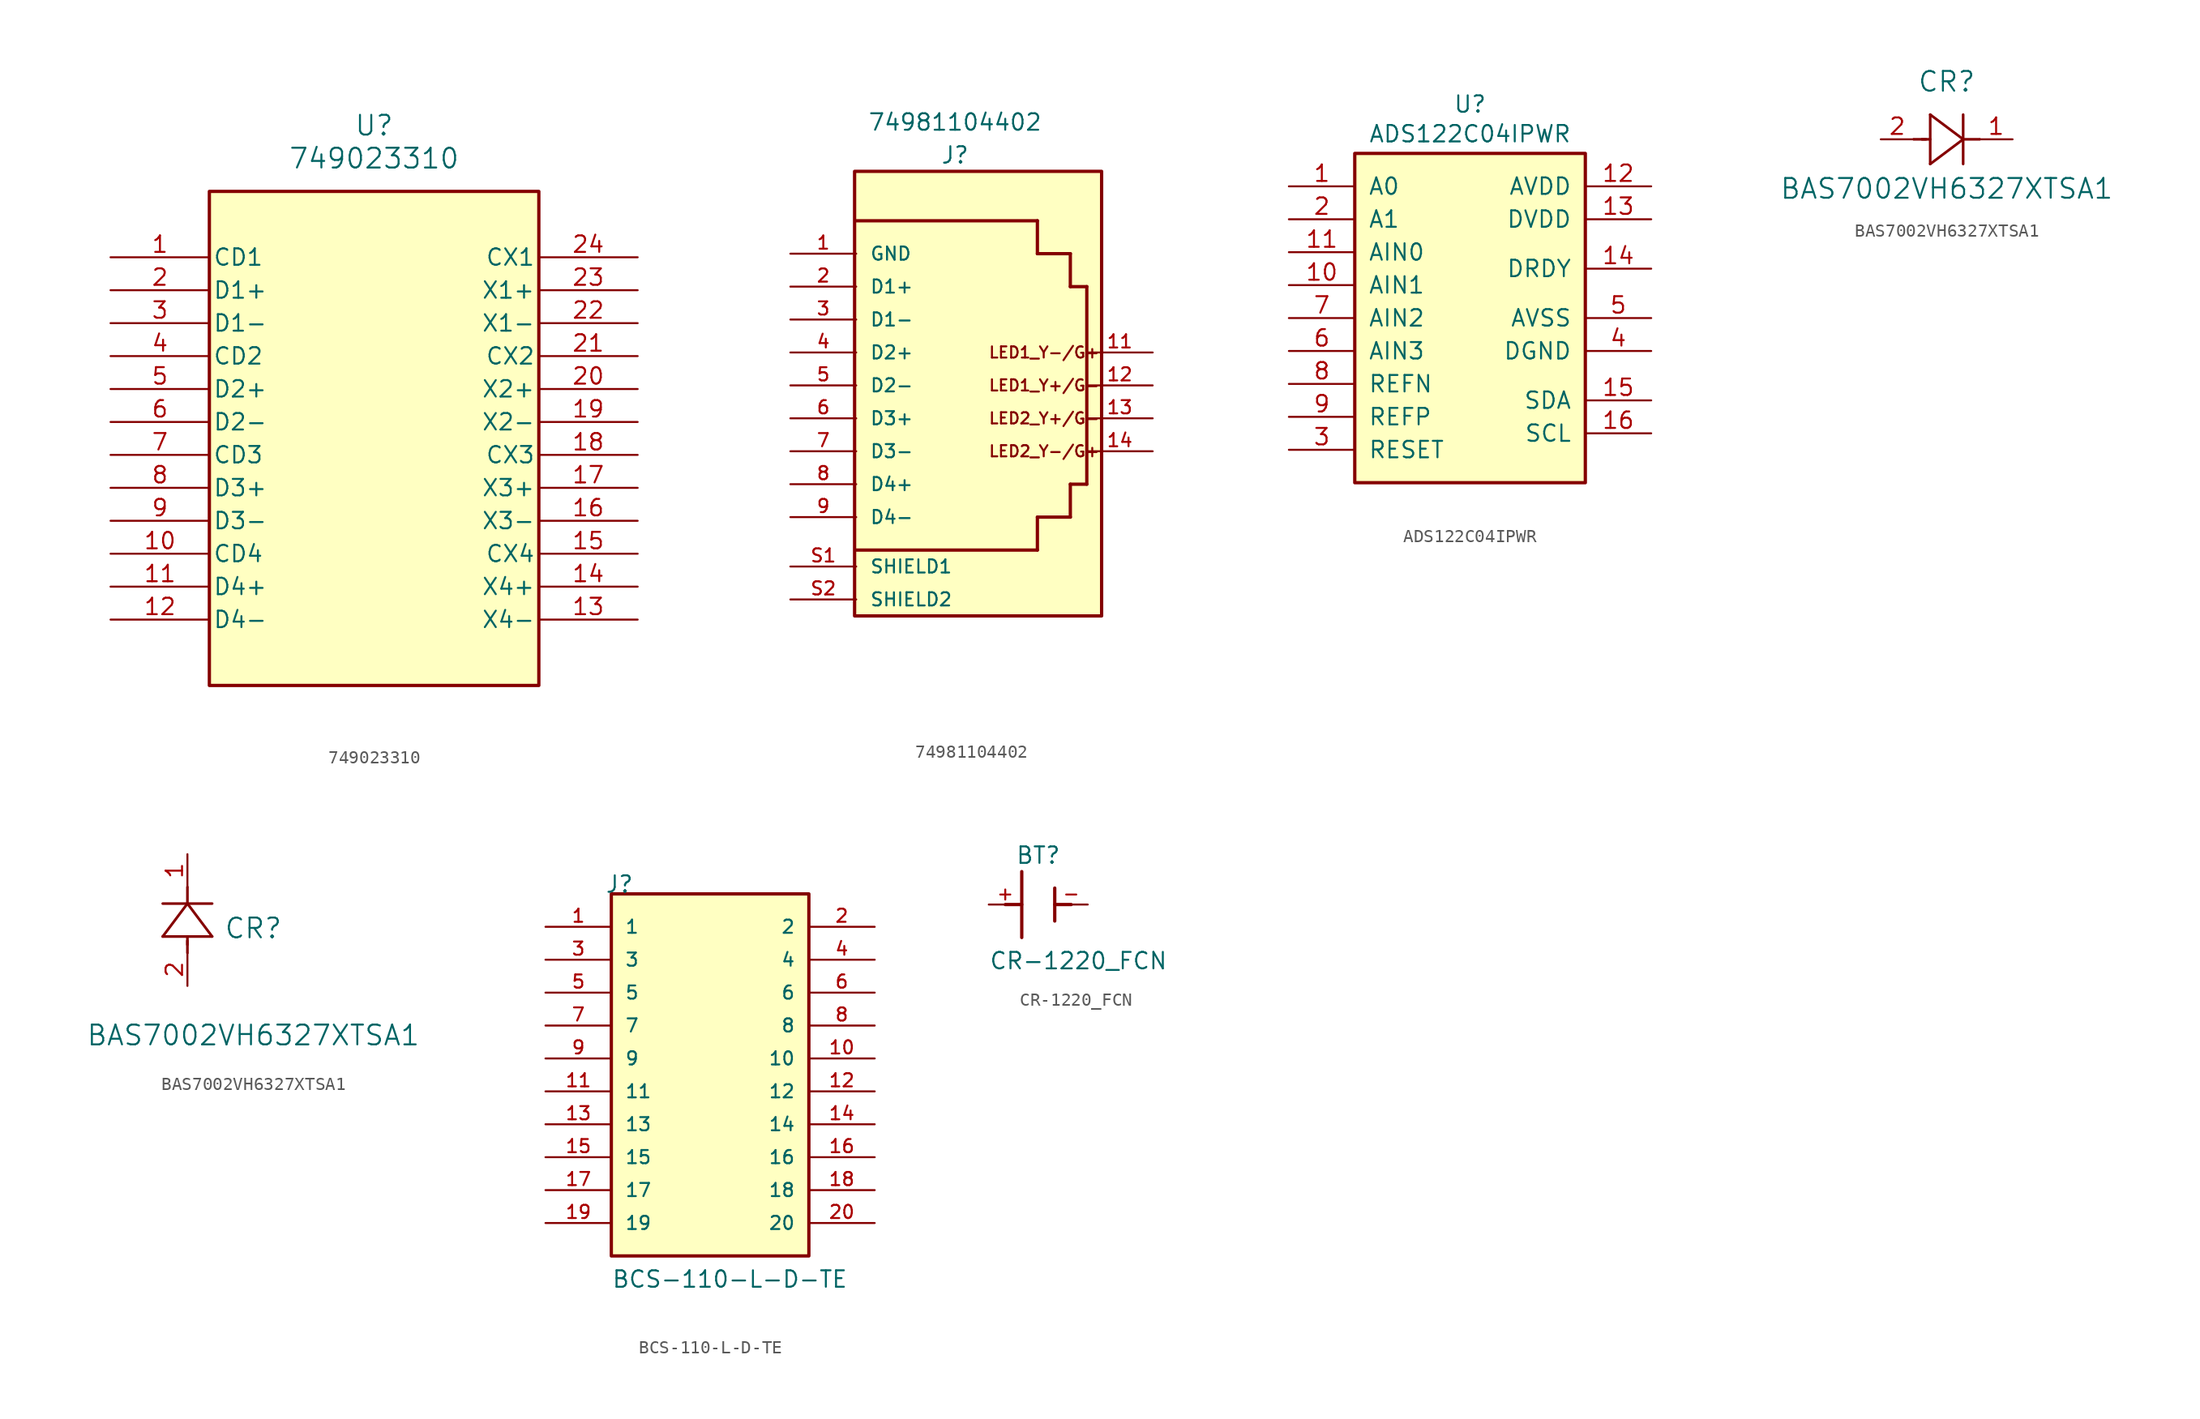
<source format=kicad_sym>
(kicad_symbol_lib
  (version 20241209)
  (generator "kicad_symbol_editor")
  (generator_version "9.0")
  (symbol "749023310"
    (pin_names
      (offset 0.254))
    (property "Reference" "U"
      (at 20.32 10.16 0)
      (effects (font (size 1.524 1.524))))
    (property "Value" "749023310"
      (at 20.32 7.62 0)
      (effects (font (size 1.524 1.524))))
    (symbol "749023310_1_1"
      (rectangle (start 7.62 5.08) (end 33.02 -33.02) (stroke (width 0.254) (type solid)) (fill (type background)))
      (pin passive line (at 0 0 0) (length 7.62) (name "CD1" (effects (font (size 1.27 1.27)))) (number "1" (effects (font (size 1.27 1.27)))))
      (pin passive line (at 0 -2.54 0) (length 7.62) (name "D1+" (effects (font (size 1.27 1.27)))) (number "2" (effects (font (size 1.27 1.27)))))
      (pin passive line (at 0 -5.08 0) (length 7.62) (name "D1-" (effects (font (size 1.27 1.27)))) (number "3" (effects (font (size 1.27 1.27)))))
      (pin passive line (at 0 -7.62 0) (length 7.62) (name "CD2" (effects (font (size 1.27 1.27)))) (number "4" (effects (font (size 1.27 1.27)))))
      (pin passive line (at 0 -10.16 0) (length 7.62) (name "D2+" (effects (font (size 1.27 1.27)))) (number "5" (effects (font (size 1.27 1.27)))))
      (pin passive line (at 0 -12.7 0) (length 7.62) (name "D2-" (effects (font (size 1.27 1.27)))) (number "6" (effects (font (size 1.27 1.27)))))
      (pin passive line (at 0 -15.24 0) (length 7.62) (name "CD3" (effects (font (size 1.27 1.27)))) (number "7" (effects (font (size 1.27 1.27)))))
      (pin passive line (at 0 -17.78 0) (length 7.62) (name "D3+" (effects (font (size 1.27 1.27)))) (number "8" (effects (font (size 1.27 1.27)))))
      (pin passive line (at 0 -20.32 0) (length 7.62) (name "D3-" (effects (font (size 1.27 1.27)))) (number "9" (effects (font (size 1.27 1.27)))))
      (pin passive line (at 0 -22.86 0) (length 7.62) (name "CD4" (effects (font (size 1.27 1.27)))) (number "10" (effects (font (size 1.27 1.27)))))
      (pin passive line (at 0 -25.4 0) (length 7.62) (name "D4+" (effects (font (size 1.27 1.27)))) (number "11" (effects (font (size 1.27 1.27)))))
      (pin passive line (at 0 -27.94 0) (length 7.62) (name "D4-" (effects (font (size 1.27 1.27)))) (number "12" (effects (font (size 1.27 1.27)))))
      (pin passive line (at 40.64 0 180) (length 7.62) (name "CX1" (effects (font (size 1.27 1.27)))) (number "24" (effects (font (size 1.27 1.27)))))
      (pin passive line (at 40.64 -2.54 180) (length 7.62) (name "X1+" (effects (font (size 1.27 1.27)))) (number "23" (effects (font (size 1.27 1.27)))))
      (pin passive line (at 40.64 -5.08 180) (length 7.62) (name "X1-" (effects (font (size 1.27 1.27)))) (number "22" (effects (font (size 1.27 1.27)))))
      (pin passive line (at 40.64 -7.62 180) (length 7.62) (name "CX2" (effects (font (size 1.27 1.27)))) (number "21" (effects (font (size 1.27 1.27)))))
      (pin passive line (at 40.64 -10.16 180) (length 7.62) (name "X2+" (effects (font (size 1.27 1.27)))) (number "20" (effects (font (size 1.27 1.27)))))
      (pin passive line (at 40.64 -12.7 180) (length 7.62) (name "X2-" (effects (font (size 1.27 1.27)))) (number "19" (effects (font (size 1.27 1.27)))))
      (pin passive line (at 40.64 -15.24 180) (length 7.62) (name "CX3" (effects (font (size 1.27 1.27)))) (number "18" (effects (font (size 1.27 1.27)))))
      (pin passive line (at 40.64 -17.78 180) (length 7.62) (name "X3+" (effects (font (size 1.27 1.27)))) (number "17" (effects (font (size 1.27 1.27)))))
      (pin passive line (at 40.64 -20.32 180) (length 7.62) (name "X3-" (effects (font (size 1.27 1.27)))) (number "16" (effects (font (size 1.27 1.27)))))
      (pin passive line (at 40.64 -22.86 180) (length 7.62) (name "CX4" (effects (font (size 1.27 1.27)))) (number "15" (effects (font (size 1.27 1.27)))))
      (pin passive line (at 40.64 -25.4 180) (length 7.62) (name "X4+" (effects (font (size 1.27 1.27)))) (number "14" (effects (font (size 1.27 1.27)))))
      (pin passive line (at 40.64 -27.94 180) (length 7.62) (name "X4-" (effects (font (size 1.27 1.27)))) (number "13" (effects (font (size 1.27 1.27)))))))
  (symbol "74981104402"
    (pin_names
      (offset 1.016))
    (property "Reference" "J"
      (at 0 17.018 0)
      (effects (font (size 1.27 1.27)) (justify bottom)))
    (property "Value" "74981104402"
      (at 0 19.558 0)
      (effects (font (size 1.27 1.27)) (justify bottom)))
    (symbol "74981104402_0_0"
      (rectangle (start -7.747 16.51) (end 11.303 -17.78) (stroke (width 0.254) (type default)) (fill (type background)))
      (polyline (pts (xy -7.62 12.7) (xy 6.35 12.7)) (stroke (width 0.254) (type default)) (fill (type none)))
      (polyline (pts (xy 6.35 12.7) (xy 6.35 10.16)) (stroke (width 0.254) (type default)) (fill (type none)))
      (polyline (pts (xy 6.35 10.16) (xy 8.89 10.16)) (stroke (width 0.254) (type default)) (fill (type none)))
      (polyline (pts (xy 6.35 -10.16) (xy 8.89 -10.16)) (stroke (width 0.254) (type default)) (fill (type none)))
      (polyline (pts (xy 6.35 -12.7) (xy -7.62 -12.7)) (stroke (width 0.254) (type default)) (fill (type none)))
      (polyline (pts (xy 6.35 -12.7) (xy 6.35 -10.16)) (stroke (width 0.254) (type default)) (fill (type none)))
      (polyline (pts (xy 8.89 10.16) (xy 8.89 7.62)) (stroke (width 0.254) (type default)) (fill (type none)))
      (polyline (pts (xy 8.89 7.62) (xy 10.16 7.62)) (stroke (width 0.254) (type default)) (fill (type none)))
      (polyline (pts (xy 8.89 -7.62) (xy 10.16 -7.62)) (stroke (width 0.254) (type default)) (fill (type none)))
      (polyline (pts (xy 8.89 -10.16) (xy 8.89 -7.62)) (stroke (width 0.254) (type default)) (fill (type none)))
      (polyline (pts (xy 10.16 7.62) (xy 10.16 -7.62)) (stroke (width 0.254) (type default)) (fill (type none)))
      (text "LED1_Y-/G+" (at 2.54 2.54 0) (effects (font (size 0.864 0.864)) (justify left)))
      (text "LED1_Y+/G-" (at 2.54 0 0) (effects (font (size 0.864 0.864)) (justify left)))
      (text "LED2_Y+/G-" (at 2.54 -2.54 0) (effects (font (size 0.864 0.864)) (justify left)))
      (text "LED2_Y-/G+" (at 2.54 -5.08 0) (effects (font (size 0.864 0.864)) (justify left)))
      (pin passive line (at -12.7 10.16 0) (length 5.08) (name "GND" (effects (font (size 1.016 1.016)))) (number "1" (effects (font (size 1.016 1.016)))))
      (pin passive line (at -12.7 7.62 0) (length 5.08) (name "D1+" (effects (font (size 1.016 1.016)))) (number "2" (effects (font (size 1.016 1.016)))))
      (pin passive line (at -12.7 5.08 0) (length 5.08) (name "D1-" (effects (font (size 1.016 1.016)))) (number "3" (effects (font (size 1.016 1.016)))))
      (pin passive line (at -12.7 2.54 0) (length 5.08) (name "D2+" (effects (font (size 1.016 1.016)))) (number "4" (effects (font (size 1.016 1.016)))))
      (pin passive line (at -12.7 0 0) (length 5.08) (name "D2-" (effects (font (size 1.016 1.016)))) (number "5" (effects (font (size 1.016 1.016)))))
      (pin passive line (at -12.7 -2.54 0) (length 5.08) (name "D3+" (effects (font (size 1.016 1.016)))) (number "6" (effects (font (size 1.016 1.016)))))
      (pin passive line (at -12.7 -5.08 0) (length 5.08) (name "D3-" (effects (font (size 1.016 1.016)))) (number "7" (effects (font (size 1.016 1.016)))))
      (pin passive line (at -12.7 -7.62 0) (length 5.08) (name "D4+" (effects (font (size 1.016 1.016)))) (number "8" (effects (font (size 1.016 1.016)))))
      (pin passive line (at -12.7 -10.16 0) (length 5.08) (name "D4-" (effects (font (size 1.016 1.016)))) (number "9" (effects (font (size 1.016 1.016)))))
      (pin passive line (at -12.7 -13.97 0) (length 5.08) (name "SHIELD1" (effects (font (size 1.016 1.016)))) (number "S1" (effects (font (size 1.016 1.016)))))
      (pin passive line (at -12.7 -16.51 0) (length 5.08) (name "SHIELD2" (effects (font (size 1.016 1.016)))) (number "S2" (effects (font (size 1.016 1.016)))))
      (pin passive line (at 15.24 2.54 180) (length 5.08) (name "~" (effects (font (size 1.016 1.016)))) (number "11" (effects (font (size 1.016 1.016)))))
      (pin passive line (at 15.24 0 180) (length 5.08) (name "~" (effects (font (size 1.016 1.016)))) (number "12" (effects (font (size 1.016 1.016)))))
      (pin passive line (at 15.24 -2.54 180) (length 5.08) (name "~" (effects (font (size 1.016 1.016)))) (number "13" (effects (font (size 1.016 1.016)))))
      (pin passive line (at 15.24 -5.08 180) (length 5.08) (name "~" (effects (font (size 1.016 1.016)))) (number "14" (effects (font (size 1.016 1.016))))))
    (symbol "74981104402_1_0"
      (pin no_connect line (at 2.54 -22.86 90) (length 5.08) (hide yes) (name "NC" (effects (font (size 1.016 1.016)))) (number "10" (effects (font (size 1.016 1.016)))))))
  (symbol "ADS122C04IPWR"
    (pin_names
      (offset 1.016))
    (property "Reference" "U"
      (at 0 28.448 0)
      (effects (font (size 1.27 1.27)) (justify bottom)))
    (property "Value" "ADS122C04IPWR"
      (at 0 26.162 0)
      (effects (font (size 1.27 1.27)) (justify bottom)))
    (symbol "ADS122C04IPWR_1_0"
      (rectangle (start -8.89 25.4) (end 8.89 0) (stroke (width 0.254) (type solid)) (fill (type background)))
      (pin input line (at -13.97 22.86 0) (length 5.08) (name "A0" (effects (font (size 1.27 1.27)))) (number "1" (effects (font (size 1.27 1.27)))))
      (pin input line (at -13.97 20.32 0) (length 5.08) (name "A1" (effects (font (size 1.27 1.27)))) (number "2" (effects (font (size 1.27 1.27)))))
      (pin input line (at -13.97 17.78 0) (length 5.08) (name "AIN0" (effects (font (size 1.27 1.27)))) (number "11" (effects (font (size 1.27 1.27)))))
      (pin input line (at -13.97 15.24 0) (length 5.08) (name "AIN1" (effects (font (size 1.27 1.27)))) (number "10" (effects (font (size 1.27 1.27)))))
      (pin input line (at -13.97 12.7 0) (length 5.08) (name "AIN2" (effects (font (size 1.27 1.27)))) (number "7" (effects (font (size 1.27 1.27)))))
      (pin input line (at -13.97 10.16 0) (length 5.08) (name "AIN3" (effects (font (size 1.27 1.27)))) (number "6" (effects (font (size 1.27 1.27)))))
      (pin input line (at -13.97 7.62 0) (length 5.08) (name "REFN" (effects (font (size 1.27 1.27)))) (number "8" (effects (font (size 1.27 1.27)))))
      (pin input line (at -13.97 5.08 0) (length 5.08) (name "REFP" (effects (font (size 1.27 1.27)))) (number "9" (effects (font (size 1.27 1.27)))))
      (pin input line (at -13.97 2.54 0) (length 5.08) (name "RESET" (effects (font (size 1.27 1.27)))) (number "3" (effects (font (size 1.27 1.27)))))
      (pin power_in line (at 13.97 22.86 180) (length 5.08) (name "AVDD" (effects (font (size 1.27 1.27)))) (number "12" (effects (font (size 1.27 1.27)))))
      (pin power_in line (at 13.97 20.32 180) (length 5.08) (name "DVDD" (effects (font (size 1.27 1.27)))) (number "13" (effects (font (size 1.27 1.27)))))
      (pin output line (at 13.97 16.51 180) (length 5.08) (name "DRDY" (effects (font (size 1.27 1.27)))) (number "14" (effects (font (size 1.27 1.27)))))
      (pin power_in line (at 13.97 12.7 180) (length 5.08) (name "AVSS" (effects (font (size 1.27 1.27)))) (number "5" (effects (font (size 1.27 1.27)))))
      (pin power_in line (at 13.97 10.16 180) (length 5.08) (name "DGND" (effects (font (size 1.27 1.27)))) (number "4" (effects (font (size 1.27 1.27)))))
      (pin bidirectional line (at 13.97 6.35 180) (length 5.08) (name "SDA" (effects (font (size 1.27 1.27)))) (number "15" (effects (font (size 1.27 1.27)))))
      (pin input line (at 13.97 3.81 180) (length 5.08) (name "SCL" (effects (font (size 1.27 1.27)))) (number "16" (effects (font (size 1.27 1.27)))))))
  (symbol "BAS7002VH6327XTSA1"
    (pin_names
      (offset 0.254))
    (property "Reference" "CR"
      (at 5.08 4.445 0)
      (effects (font (size 1.524 1.524))))
    (property "Value" "BAS7002VH6327XTSA1"
      (at 5.08 -3.81 0)
      (effects (font (size 1.524 1.524))))
    (symbol "BAS7002VH6327XTSA1_1_1"
      (polyline (pts (xy 2.54 0) (xy 3.48 0)) (stroke (width 0.203) (type default)) (fill (type none)))
      (polyline (pts (xy 3.175 0) (xy 3.81 0)) (stroke (width 0.203) (type default)) (fill (type none)))
      (polyline (pts (xy 3.81 1.905) (xy 3.81 -1.905)) (stroke (width 0.203) (type default)) (fill (type none)))
      (polyline (pts (xy 3.81 -1.905) (xy 6.35 0)) (stroke (width 0.203) (type default)) (fill (type none)))
      (polyline (pts (xy 6.35 0) (xy 3.81 1.905)) (stroke (width 0.203) (type default)) (fill (type none)))
      (polyline (pts (xy 6.35 0) (xy 7.62 0)) (stroke (width 0.203) (type default)) (fill (type none)))
      (polyline (pts (xy 6.35 -1.905) (xy 6.35 1.905)) (stroke (width 0.203) (type default)) (fill (type none)))
      (pin passive line (at 0 0 0) (length 2.54) (name "" (effects (font (size 1.27 1.27)))) (number "2" (effects (font (size 1.27 1.27)))))
      (pin passive line (at 10.16 0 180) (length 2.54) (name "" (effects (font (size 1.27 1.27)))) (number "1" (effects (font (size 1.27 1.27))))))
    (symbol "BAS7002VH6327XTSA1_1_2"
      (polyline (pts (xy -1.905 3.81) (xy 1.905 3.81)) (stroke (width 0.203) (type default)) (fill (type none)))
      (polyline (pts (xy 0 6.35) (xy -1.905 3.81)) (stroke (width 0.203) (type default)) (fill (type none)))
      (polyline (pts (xy 0 6.35) (xy 0 7.62)) (stroke (width 0.203) (type default)) (fill (type none)))
      (polyline (pts (xy 0 3.175) (xy 0 3.81)) (stroke (width 0.203) (type default)) (fill (type none)))
      (polyline (pts (xy 0 2.54) (xy 0 3.48)) (stroke (width 0.203) (type default)) (fill (type none)))
      (polyline (pts (xy 1.905 6.35) (xy -1.905 6.35)) (stroke (width 0.203) (type default)) (fill (type none)))
      (polyline (pts (xy 1.905 3.81) (xy 0 6.35)) (stroke (width 0.203) (type default)) (fill (type none)))
      (pin unspecified line (at 0 10.16 270) (length 2.54) (name "" (effects (font (size 1.27 1.27)))) (number "1" (effects (font (size 1.27 1.27)))))
      (pin unspecified line (at 0 0 90) (length 2.54) (name "" (effects (font (size 1.27 1.27)))) (number "2" (effects (font (size 1.27 1.27)))))))
  (symbol "BCS-110-L-D-TE"
    (pin_names
      (offset 1.016))
    (property "Reference" "J"
      (at -8.12 15.24 0)
      (effects (font (size 1.27 1.27)) (justify left bottom)))
    (property "Value" "BCS-110-L-D-TE"
      (at -7.62 -15.24 0)
      (effects (font (size 1.27 1.27)) (justify left bottom)))
    (symbol "BCS-110-L-D-TE_0_0"
      (rectangle (start -7.62 15.24) (end 7.62 -12.7) (stroke (width 0.254) (type default)) (fill (type background)))
      (pin passive line (at -12.7 0 0) (length 5.08) (name "11" (effects (font (size 1.016 1.016)))) (number "11" (effects (font (size 1.016 1.016)))))
      (pin passive line (at -12.7 -2.54 0) (length 5.08) (name "13" (effects (font (size 1.016 1.016)))) (number "13" (effects (font (size 1.016 1.016)))))
      (pin passive line (at -12.7 -5.08 0) (length 5.08) (name "15" (effects (font (size 1.016 1.016)))) (number "15" (effects (font (size 1.016 1.016)))))
      (pin passive line (at -12.7 -7.62 0) (length 5.08) (name "17" (effects (font (size 1.016 1.016)))) (number "17" (effects (font (size 1.016 1.016)))))
      (pin passive line (at -12.7 -10.16 0) (length 5.08) (name "19" (effects (font (size 1.016 1.016)))) (number "19" (effects (font (size 1.016 1.016)))))
      (pin passive line (at 12.7 2.54 180) (length 5.08) (name "10" (effects (font (size 1.016 1.016)))) (number "10" (effects (font (size 1.016 1.016)))))
      (pin passive line (at 12.7 0 180) (length 5.08) (name "12" (effects (font (size 1.016 1.016)))) (number "12" (effects (font (size 1.016 1.016)))))
      (pin passive line (at 12.7 -2.54 180) (length 5.08) (name "14" (effects (font (size 1.016 1.016)))) (number "14" (effects (font (size 1.016 1.016)))))
      (pin passive line (at 12.7 -5.08 180) (length 5.08) (name "16" (effects (font (size 1.016 1.016)))) (number "16" (effects (font (size 1.016 1.016)))))
      (pin passive line (at 12.7 -7.62 180) (length 5.08) (name "18" (effects (font (size 1.016 1.016)))) (number "18" (effects (font (size 1.016 1.016)))))
      (pin passive line (at 12.7 -10.16 180) (length 5.08) (name "20" (effects (font (size 1.016 1.016)))) (number "20" (effects (font (size 1.016 1.016))))))
    (symbol "BCS-110-L-D-TE_1_0"
      (pin passive line (at -12.7 12.7 0) (length 5.08) (name "1" (effects (font (size 1.016 1.016)))) (number "1" (effects (font (size 1.016 1.016)))))
      (pin passive line (at -12.7 10.16 0) (length 5.08) (name "3" (effects (font (size 1.016 1.016)))) (number "3" (effects (font (size 1.016 1.016)))))
      (pin passive line (at -12.7 7.62 0) (length 5.08) (name "5" (effects (font (size 1.016 1.016)))) (number "5" (effects (font (size 1.016 1.016)))))
      (pin passive line (at -12.7 5.08 0) (length 5.08) (name "7" (effects (font (size 1.016 1.016)))) (number "7" (effects (font (size 1.016 1.016)))))
      (pin passive line (at -12.7 2.54 0) (length 5.08) (name "9" (effects (font (size 1.016 1.016)))) (number "9" (effects (font (size 1.016 1.016)))))
      (pin passive line (at 12.7 12.7 180) (length 5.08) (name "2" (effects (font (size 1.016 1.016)))) (number "2" (effects (font (size 1.016 1.016)))))
      (pin passive line (at 12.7 10.16 180) (length 5.08) (name "4" (effects (font (size 1.016 1.016)))) (number "4" (effects (font (size 1.016 1.016)))))
      (pin passive line (at 12.7 7.62 180) (length 5.08) (name "6" (effects (font (size 1.016 1.016)))) (number "6" (effects (font (size 1.016 1.016)))))
      (pin passive line (at 12.7 5.08 180) (length 5.08) (name "8" (effects (font (size 1.016 1.016)))) (number "8" (effects (font (size 1.016 1.016)))))))
  (symbol "CR-1220_FCN"
    (pin_names
      (offset 1.016))
    (property "Reference" "BT"
      (at 0 3.048 0)
      (effects (font (size 1.27 1.27)) (justify bottom)))
    (property "Value" "CR-1220_FCN"
      (at -3.81 -5.08 0)
      (effects (font (size 1.27 1.27)) (justify left bottom)))
    (symbol "CR-1220_FCN_0_0"
      (polyline (pts (xy -1.27 2.54) (xy -1.27 -2.54)) (stroke (width 0.254) (type default)) (fill (type none)))
      (polyline (pts (xy -1.27 0) (xy -2.54 0)) (stroke (width 0.254) (type default)) (fill (type none)))
      (polyline (pts (xy 1.27 1.27) (xy 1.27 -1.27)) (stroke (width 0.254) (type default)) (fill (type none)))
      (polyline (pts (xy 1.27 0) (xy 2.54 0)) (stroke (width 0.254) (type default)) (fill (type none))))
    (symbol "CR-1220_FCN_1_0"
      (pin power_out line (at -3.81 0 0) (length 2.54) (name "~" (effects (font (size 1.016 1.016)))) (number "+" (effects (font (size 1.016 1.016)))))
      (pin power_in line (at 3.81 0 180) (length 2.54) (name "~" (effects (font (size 1.016 1.016)))) (number "-" (effects (font (size 1.016 1.016))))))))
</source>
